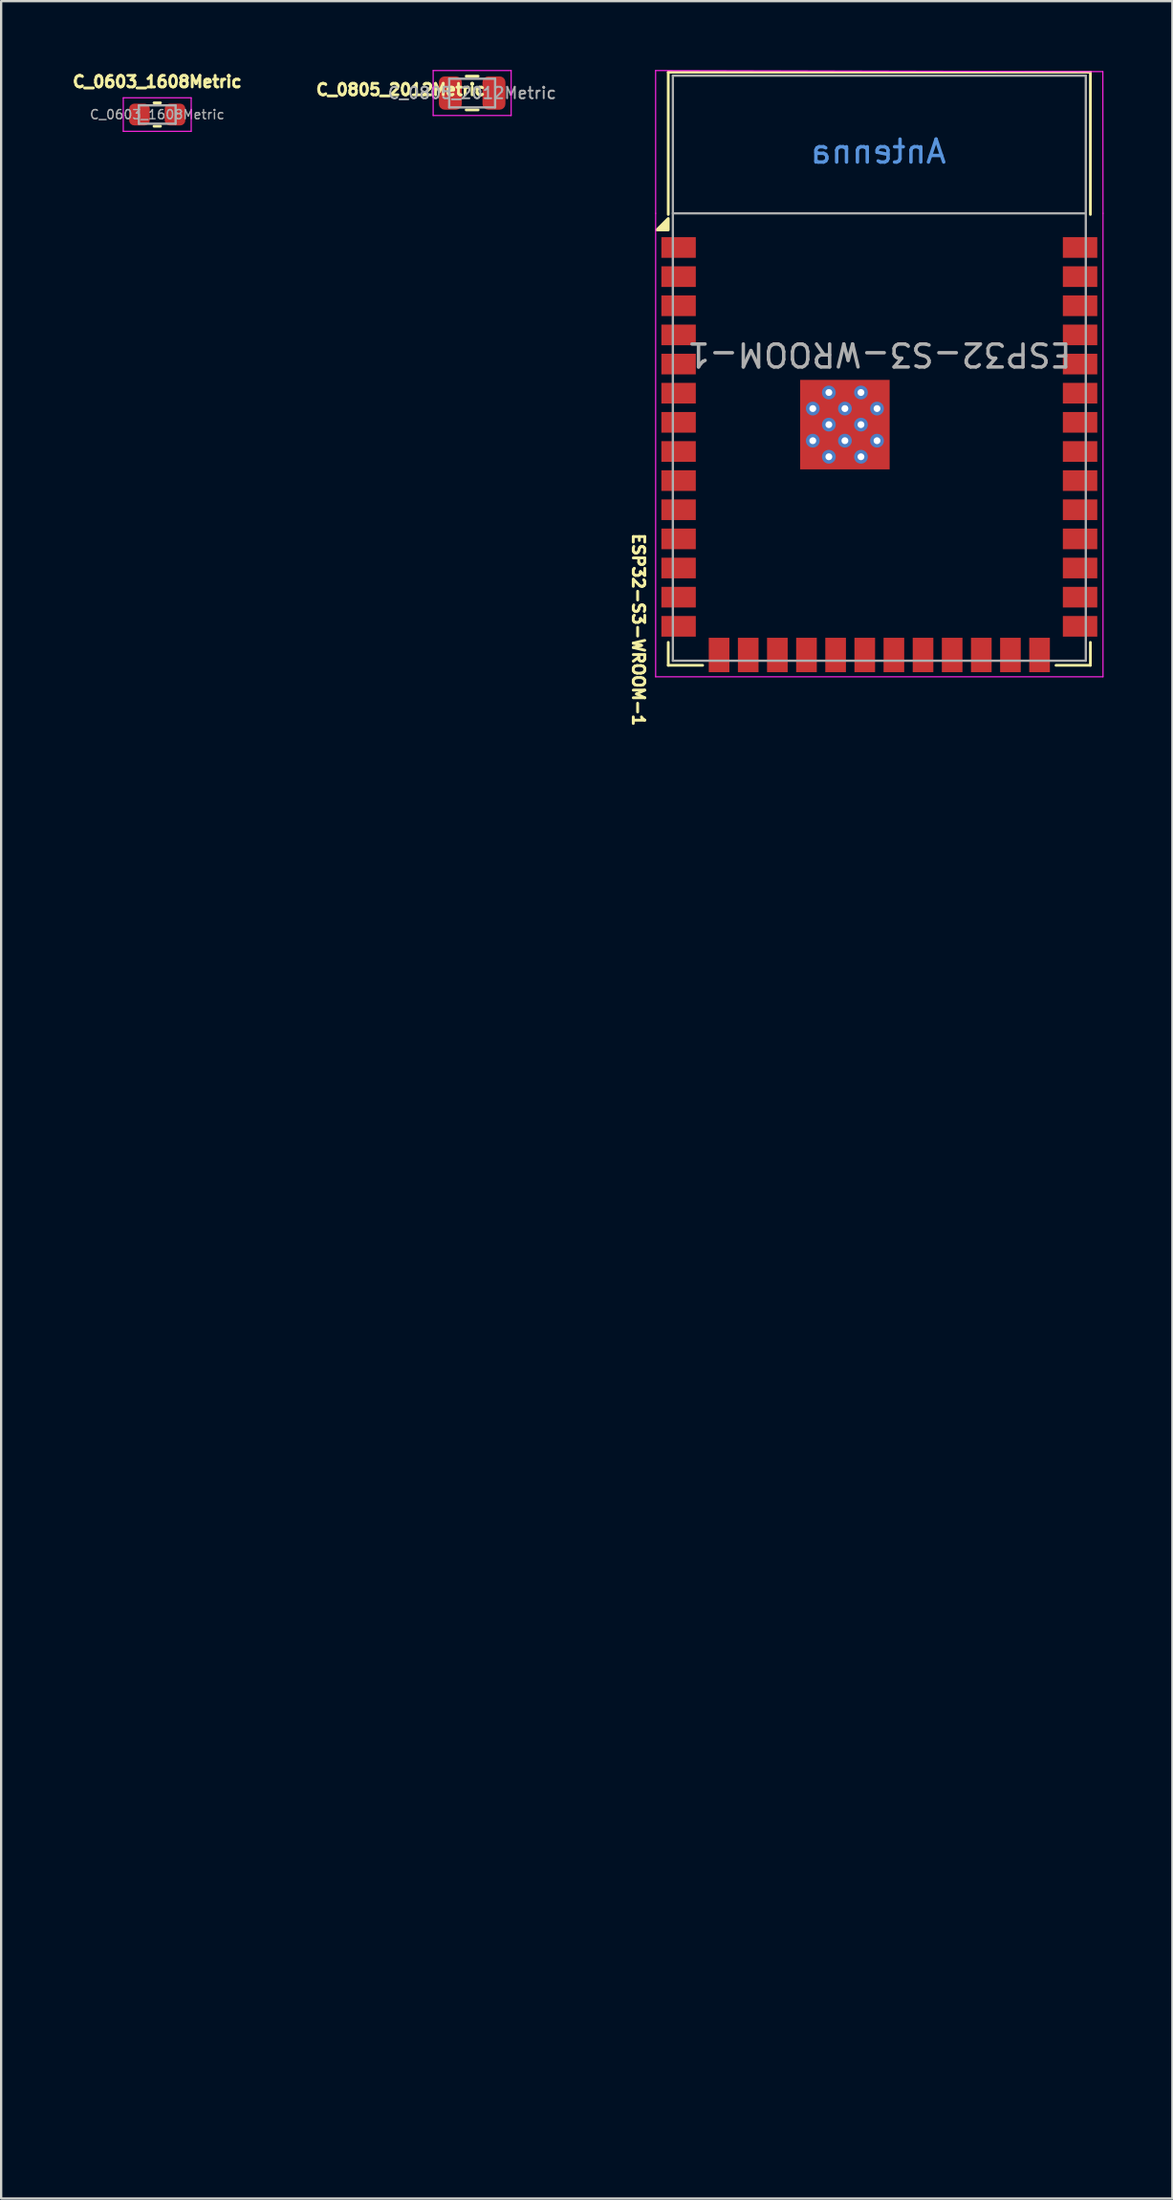
<source format=kicad_pcb>
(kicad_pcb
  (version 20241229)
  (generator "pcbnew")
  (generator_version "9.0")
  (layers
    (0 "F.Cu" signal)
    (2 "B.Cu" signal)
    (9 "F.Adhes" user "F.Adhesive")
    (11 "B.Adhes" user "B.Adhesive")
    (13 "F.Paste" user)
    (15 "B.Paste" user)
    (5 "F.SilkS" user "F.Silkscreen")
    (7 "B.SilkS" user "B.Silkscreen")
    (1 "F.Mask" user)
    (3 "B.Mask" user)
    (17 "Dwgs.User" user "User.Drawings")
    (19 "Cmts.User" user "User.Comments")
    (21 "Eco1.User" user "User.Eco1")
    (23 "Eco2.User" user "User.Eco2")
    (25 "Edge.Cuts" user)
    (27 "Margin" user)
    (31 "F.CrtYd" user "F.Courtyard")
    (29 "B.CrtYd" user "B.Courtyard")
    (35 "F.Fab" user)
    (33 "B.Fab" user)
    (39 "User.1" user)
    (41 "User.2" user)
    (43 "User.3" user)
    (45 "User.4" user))
  (footprint "ESP32-S3-WROOM-1"
    (layer "F.Cu")
    (at 35.279 12.997)
    (property "Reference" "ESP32-S3-WROOM-1" (at -10.5 11.4 270) (unlocked yes) (layer "F.SilkS") (effects (font (size 0.5 0.5) (thickness 0.15))))
    (attr smd)
    (fp_line (start -9.2 -12.9) (end -9.2 -6.7) (stroke (width 0.12) (type solid)) (layer "F.SilkS"))
    (fp_line (start -9.2 -12.9) (end 9.2 -12.9) (stroke (width 0.12) (type solid)) (layer "F.SilkS"))
    (fp_line (start -9.2 11.95) (end -9.2 12.95) (stroke (width 0.12) (type solid)) (layer "F.SilkS"))
    (fp_line (start -9.2 12.95) (end -7.7 12.95) (stroke (width 0.12) (type solid)) (layer "F.SilkS"))
    (fp_line (start 9.2 -12.9) (end 9.2 -6.7) (stroke (width 0.12) (type solid)) (layer "F.SilkS"))
    (fp_line (start 9.2 12.95) (end 7.7 12.95) (stroke (width 0.12) (type solid)) (layer "F.SilkS"))
    (fp_line (start 9.2 12.95) (end 9.2 11.95) (stroke (width 0.12) (type solid)) (layer "F.SilkS"))
    (fp_poly (pts (xy -9.2 -6.025) (xy -9.7 -6.025) (xy -9.2 -6.525) (xy -9.2 -6.025)) (stroke (width 0.12) (type solid)) (fill yes) (layer "F.SilkS"))
    (fp_line (start -9.751 -12.972) (end 9.743 -12.926) (stroke (width 0.05) (type default)) (layer "F.CrtYd"))
    (fp_line (start -9.75 -6.75) (end -9.751 -12.972) (stroke (width 0.05) (type default)) (layer "F.CrtYd"))
    (fp_line (start -9.75 13.45) (end -9.75 -6.75) (stroke (width 0.05) (type solid)) (layer "F.CrtYd"))
    (fp_line (start -9.75 13.45) (end 9.75 13.45) (stroke (width 0.05) (type solid)) (layer "F.CrtYd"))
    (fp_line (start 9.743 -12.926) (end 9.75 -6.75) (stroke (width 0.05) (type default)) (layer "F.CrtYd"))
    (fp_line (start 9.75 -6.75) (end 9.75 13.45) (stroke (width 0.05) (type solid)) (layer "F.CrtYd"))
    (fp_line (start -9 -12.75) (end 9 -12.75) (stroke (width 0.1) (type solid)) (layer "F.Fab"))
    (fp_line (start -9 -6.75) (end 9 -6.75) (stroke (width 0.1) (type solid)) (layer "F.Fab"))
    (fp_line (start -9 12.75) (end -9 -12.75) (stroke (width 0.1) (type solid)) (layer "F.Fab"))
    (fp_line (start -9 12.75) (end 9 12.75) (stroke (width 0.1) (type solid)) (layer "F.Fab"))
    (fp_line (start 9 12.75) (end 9 -12.75) (stroke (width 0.1) (type solid)) (layer "F.Fab"))
    (fp_text user "Antenna" (at -0.05 -9.44 0) (layer "Cmts.User") (effects (font (size 1 1) (thickness 0.15)) (justify mirror)))
    (fp_text user "${REFERENCE}" (at 0 -0.6 180) (unlocked yes) (layer "F.Fab") (effects (font (size 1 1) (thickness 0.15))))
    (pad "" smd rect (at -2.9 1.06 180) (size 0.9 0.9) (layers "F.Paste"))
    (pad "" smd rect (at -2.9 2.46 90) (size 0.9 0.9) (layers "F.Paste"))
    (pad "" smd rect (at -2.9 3.86 180) (size 0.9 0.9) (layers "F.Paste"))
    (pad "" smd rect (at -1.5 1.06 90) (size 0.9 0.9) (layers "F.Paste"))
    (pad "" smd rect (at -1.5 2.46 90) (size 0.9 0.9) (layers "F.Paste"))
    (pad "" smd rect (at -1.5 3.86 90) (size 0.9 0.9) (layers "F.Paste"))
    (pad "" smd rect (at -0.1 1.06 90) (size 0.9 0.9) (layers "F.Paste"))
    (pad "" smd rect (at -0.1 2.46 90) (size 0.9 0.9) (layers "F.Paste"))
    (pad "" smd rect (at -0.1 3.86 90) (size 0.9 0.9) (layers "F.Paste"))
    (pad "1" smd rect (at -8.75 -5.26 180) (size 1.5 0.9) (layers "F.Cu" "F.Mask" "F.Paste"))
    (pad "2" smd rect (at -8.75 -3.99 180) (size 1.5 0.9) (layers "F.Cu" "F.Mask" "F.Paste"))
    (pad "3" smd rect (at -8.75 -2.72 180) (size 1.5 0.9) (layers "F.Cu" "F.Mask" "F.Paste"))
    (pad "4" smd rect (at -8.75 -1.45 180) (size 1.5 0.9) (layers "F.Cu" "F.Mask" "F.Paste"))
    (pad "5" smd rect (at -8.75 -0.18 180) (size 1.5 0.9) (layers "F.Cu" "F.Mask" "F.Paste"))
    (pad "6" smd rect (at -8.75 1.09 180) (size 1.5 0.9) (layers "F.Cu" "F.Mask" "F.Paste"))
    (pad "7" smd rect (at -8.75 2.36 180) (size 1.5 0.9) (layers "F.Cu" "F.Mask" "F.Paste"))
    (pad "8" smd rect (at -8.75 3.63 180) (size 1.5 0.9) (layers "F.Cu" "F.Mask" "F.Paste"))
    (pad "9" smd rect (at -8.75 4.9 180) (size 1.5 0.9) (layers "F.Cu" "F.Mask" "F.Paste"))
    (pad "10" smd rect (at -8.75 6.17 180) (size 1.5 0.9) (layers "F.Cu" "F.Mask" "F.Paste"))
    (pad "11" smd rect (at -8.75 7.44 180) (size 1.5 0.9) (layers "F.Cu" "F.Mask" "F.Paste"))
    (pad "12" smd rect (at -8.75 8.71 180) (size 1.5 0.9) (layers "F.Cu" "F.Mask" "F.Paste"))
    (pad "13" smd rect (at -8.75 9.98 180) (size 1.5 0.9) (layers "F.Cu" "F.Mask" "F.Paste"))
    (pad "14" smd rect (at -8.75 11.25) (size 1.5 0.9) (layers "F.Cu" "F.Mask" "F.Paste"))
    (pad "15" smd rect (at -6.985 12.5 90) (size 1.5 0.9) (layers "F.Cu" "F.Mask" "F.Paste"))
    (pad "16" smd rect (at -5.715 12.5 90) (size 1.5 0.9) (layers "F.Cu" "F.Mask" "F.Paste"))
    (pad "17" smd rect (at -4.445 12.5 90) (size 1.5 0.9) (layers "F.Cu" "F.Mask" "F.Paste"))
    (pad "18" smd rect (at -3.175 12.5 90) (size 1.5 0.9) (layers "F.Cu" "F.Mask" "F.Paste"))
    (pad "19" smd rect (at -1.905 12.5 90) (size 1.5 0.9) (layers "F.Cu" "F.Mask" "F.Paste"))
    (pad "20" smd rect (at -0.635 12.5 90) (size 1.5 0.9) (layers "F.Cu" "F.Mask" "F.Paste"))
    (pad "21" smd rect (at 0.635 12.5 90) (size 1.5 0.9) (layers "F.Cu" "F.Mask" "F.Paste"))
    (pad "22" smd rect (at 1.905 12.5 90) (size 1.5 0.9) (layers "F.Cu" "F.Mask" "F.Paste"))
    (pad "23" smd rect (at 3.175 12.5 90) (size 1.5 0.9) (layers "F.Cu" "F.Mask" "F.Paste"))
    (pad "24" smd rect (at 4.445 12.5 90) (size 1.5 0.9) (layers "F.Cu" "F.Mask" "F.Paste"))
    (pad "25" smd rect (at 5.715 12.5 90) (size 1.5 0.9) (layers "F.Cu" "F.Mask" "F.Paste"))
    (pad "26" smd rect (at 6.985 12.5 90) (size 1.5 0.9) (layers "F.Cu" "F.Mask" "F.Paste"))
    (pad "27" smd rect (at 8.75 11.25 180) (size 1.5 0.9) (layers "F.Cu" "F.Mask" "F.Paste"))
    (pad "28" smd rect (at 8.75 9.98 180) (size 1.5 0.9) (layers "F.Cu" "F.Mask" "F.Paste"))
    (pad "29" smd rect (at 8.75 8.71 180) (size 1.5 0.9) (layers "F.Cu" "F.Mask" "F.Paste"))
    (pad "30" smd rect (at 8.75 7.44 180) (size 1.5 0.9) (layers "F.Cu" "F.Mask" "F.Paste"))
    (pad "31" smd rect (at 8.75 6.17 180) (size 1.5 0.9) (layers "F.Cu" "F.Mask" "F.Paste"))
    (pad "32" smd rect (at 8.75 4.9 180) (size 1.5 0.9) (layers "F.Cu" "F.Mask" "F.Paste"))
    (pad "33" smd rect (at 8.75 3.63 180) (size 1.5 0.9) (layers "F.Cu" "F.Mask" "F.Paste"))
    (pad "34" smd rect (at 8.75 2.36 180) (size 1.5 0.9) (layers "F.Cu" "F.Mask" "F.Paste"))
    (pad "35" smd rect (at 8.75 1.09 180) (size 1.5 0.9) (layers "F.Cu" "F.Mask" "F.Paste"))
    (pad "36" smd rect (at 8.75 -0.18 180) (size 1.5 0.9) (layers "F.Cu" "F.Mask" "F.Paste"))
    (pad "37" smd rect (at 8.75 -1.45 180) (size 1.5 0.9) (layers "F.Cu" "F.Mask" "F.Paste"))
    (pad "38" smd rect (at 8.75 -2.72 180) (size 1.5 0.9) (layers "F.Cu" "F.Mask" "F.Paste"))
    (pad "39" smd rect (at 8.75 -3.99 180) (size 1.5 0.9) (layers "F.Cu" "F.Mask" "F.Paste"))
    (pad "40" smd rect (at 8.75 -5.26 180) (size 1.5 0.9) (layers "F.Cu" "F.Mask" "F.Paste"))
    (pad "41" thru_hole circle (at -2.9 1.76 270) (size 0.6 0.6) (drill 0.3) (property pad_prop_heatsink) (layers "*.Cu" "F.Mask"))
    (pad "41" thru_hole circle (at -2.9 3.16 180) (size 0.6 0.6) (drill 0.3) (property pad_prop_heatsink) (layers "*.Cu" "F.Mask"))
    (pad "41" thru_hole circle (at -2.2 1.06 180) (size 0.6 0.6) (drill 0.3) (property pad_prop_heatsink) (layers "*.Cu" "F.Mask"))
    (pad "41" thru_hole circle (at -2.2 2.46 180) (size 0.6 0.6) (drill 0.3) (property pad_prop_heatsink) (layers "*.Cu" "F.Mask"))
    (pad "41" thru_hole circle (at -2.2 3.86 180) (size 0.6 0.6) (drill 0.3) (property pad_prop_heatsink) (layers "*.Cu" "F.Mask"))
    (pad "41" thru_hole circle (at -1.5 1.76 180) (size 0.6 0.6) (drill 0.3) (property pad_prop_heatsink) (layers "*.Cu" "F.Mask"))
    (pad "41" smd rect (at -1.5 2.46 90) (size 3.9 3.9) (layers "F.Cu" "F.Mask"))
    (pad "41" thru_hole circle (at -1.5 3.16 180) (size 0.6 0.6) (drill 0.3) (property pad_prop_heatsink) (layers "*.Cu" "F.Mask"))
    (pad "41" thru_hole circle (at -0.8 1.06 180) (size 0.6 0.6) (drill 0.3) (property pad_prop_heatsink) (layers "*.Cu" "F.Mask"))
    (pad "41" thru_hole circle (at -0.8 2.46 180) (size 0.6 0.6) (drill 0.3) (property pad_prop_heatsink) (layers "*.Cu" "F.Mask"))
    (pad "41" thru_hole circle (at -0.8 3.86 180) (size 0.6 0.6) (drill 0.3) (property pad_prop_heatsink) (layers "*.Cu" "F.Mask"))
    (pad "41" thru_hole circle (at -0.1 1.76 180) (size 0.6 0.6) (drill 0.3) (property pad_prop_heatsink) (layers "*.Cu" "F.Mask"))
    (pad "41" thru_hole circle (at -0.1 3.16 180) (size 0.6 0.6) (drill 0.3) (property pad_prop_heatsink) (layers "*.Cu" "F.Mask"))
    (zone (net_name "") (layer "F.Cu") (hatch full 0.508) (connect_pads) (min_thickness 0.254) (filled_areas_thickness no) (keepout (tracks not_allowed) (vias not_allowed) (pads not_allowed) (copperpour allowed) (footprints not_allowed)) (placement (enabled no)) (fill) (polygon (pts (xy 45.035 83.567) (xy 25.531 83.554) (xy 25.556 89.726) (xy 45.028 89.752))))
    (zone (net_name "") (layer "B.Cu") (hatch edge 0.5) (connect_pads) (min_thickness 0.25) (filled_areas_thickness no) (keepout (tracks allowed) (vias not_allowed) (pads allowed) (copperpour allowed) (footprints allowed)) (placement (enabled no)) (fill) (polygon (pts (xy 45.053 89.77) (xy 25.523 89.742) (xy 25.492 83.633) (xy 45.035 83.572)))))
  (footprint "C_0805_2012Metric"
    (layer "F.Cu")
    (at 17.531 1.005)
    (property "Reference" "C_0805_2012Metric" (at -3.118 -0.147 0) (layer "F.SilkS") (effects (font (size 0.5 0.5) (thickness 0.15))))
    (attr smd)
    (fp_line (start -0.261 -0.735) (end 0.261 -0.735) (stroke (width 0.12) (type solid)) (layer "F.SilkS"))
    (fp_line (start -0.261 0.735) (end 0.261 0.735) (stroke (width 0.12) (type solid)) (layer "F.SilkS"))
    (fp_line (start -1.7 -0.98) (end 1.7 -0.98) (stroke (width 0.05) (type solid)) (layer "F.CrtYd"))
    (fp_line (start -1.7 0.98) (end -1.7 -0.98) (stroke (width 0.05) (type solid)) (layer "F.CrtYd"))
    (fp_line (start 1.7 -0.98) (end 1.7 0.98) (stroke (width 0.05) (type solid)) (layer "F.CrtYd"))
    (fp_line (start 1.7 0.98) (end -1.7 0.98) (stroke (width 0.05) (type solid)) (layer "F.CrtYd"))
    (fp_line (start -1 -0.625) (end 1 -0.625) (stroke (width 0.1) (type solid)) (layer "F.Fab"))
    (fp_line (start -1 0.625) (end -1 -0.625) (stroke (width 0.1) (type solid)) (layer "F.Fab"))
    (fp_line (start 1 -0.625) (end 1 0.625) (stroke (width 0.1) (type solid)) (layer "F.Fab"))
    (fp_line (start 1 0.625) (end -1 0.625) (stroke (width 0.1) (type solid)) (layer "F.Fab"))
    (fp_text user "${REFERENCE}" (at 0 0 0) (layer "F.Fab") (effects (font (size 0.5 0.5) (thickness 0.08))))
    (pad "1" smd roundrect (at -0.95 0 180) (size 1 1.45) (layers "F.Cu" "F.Mask" "F.Paste") (roundrect_rratio 0.25))
    (pad "2" smd roundrect (at 0.95 0 180) (size 1 1.45) (layers "F.Cu" "F.Mask" "F.Paste") (roundrect_rratio 0.25)))
  (footprint "C_0603_1608Metric"
    (layer "F.Cu")
    (at 3.804 1.942)
    (property "Reference" "C_0603_1608Metric" (at 0 -1.43 0) (layer "F.SilkS") (effects (font (size 0.5 0.5) (thickness 0.15))))
    (attr smd)
    (fp_line (start -0.141 -0.51) (end 0.141 -0.51) (stroke (width 0.12) (type solid)) (layer "F.SilkS"))
    (fp_line (start -0.141 0.51) (end 0.141 0.51) (stroke (width 0.12) (type solid)) (layer "F.SilkS"))
    (fp_line (start -1.48 -0.73) (end 1.48 -0.73) (stroke (width 0.05) (type solid)) (layer "F.CrtYd"))
    (fp_line (start -1.48 0.73) (end -1.48 -0.73) (stroke (width 0.05) (type solid)) (layer "F.CrtYd"))
    (fp_line (start 1.48 -0.73) (end 1.48 0.73) (stroke (width 0.05) (type solid)) (layer "F.CrtYd"))
    (fp_line (start 1.48 0.73) (end -1.48 0.73) (stroke (width 0.05) (type solid)) (layer "F.CrtYd"))
    (fp_line (start -0.8 -0.4) (end 0.8 -0.4) (stroke (width 0.1) (type solid)) (layer "F.Fab"))
    (fp_line (start -0.8 0.4) (end -0.8 -0.4) (stroke (width 0.1) (type solid)) (layer "F.Fab"))
    (fp_line (start 0.8 -0.4) (end 0.8 0.4) (stroke (width 0.1) (type solid)) (layer "F.Fab"))
    (fp_line (start 0.8 0.4) (end -0.8 0.4) (stroke (width 0.1) (type solid)) (layer "F.Fab"))
    (fp_text user "${REFERENCE}" (at 0 0 0) (layer "F.Fab") (effects (font (size 0.4 0.4) (thickness 0.06))))
    (pad "1" smd roundrect (at -0.775 0 180) (size 0.9 0.95) (layers "F.Cu" "F.Mask" "F.Paste") (roundrect_rratio 0.25))
    (pad "2" smd roundrect (at 0.775 0 180) (size 0.9 0.95) (layers "F.Cu" "F.Mask" "F.Paste") (roundrect_rratio 0.25)))
  (gr_rect
    (start -3 -3)
    (end 48.054 92.77)
    (stroke (width 0.1) (type default))
    (fill no)
    (layer "Edge.Cuts")))
</source>
